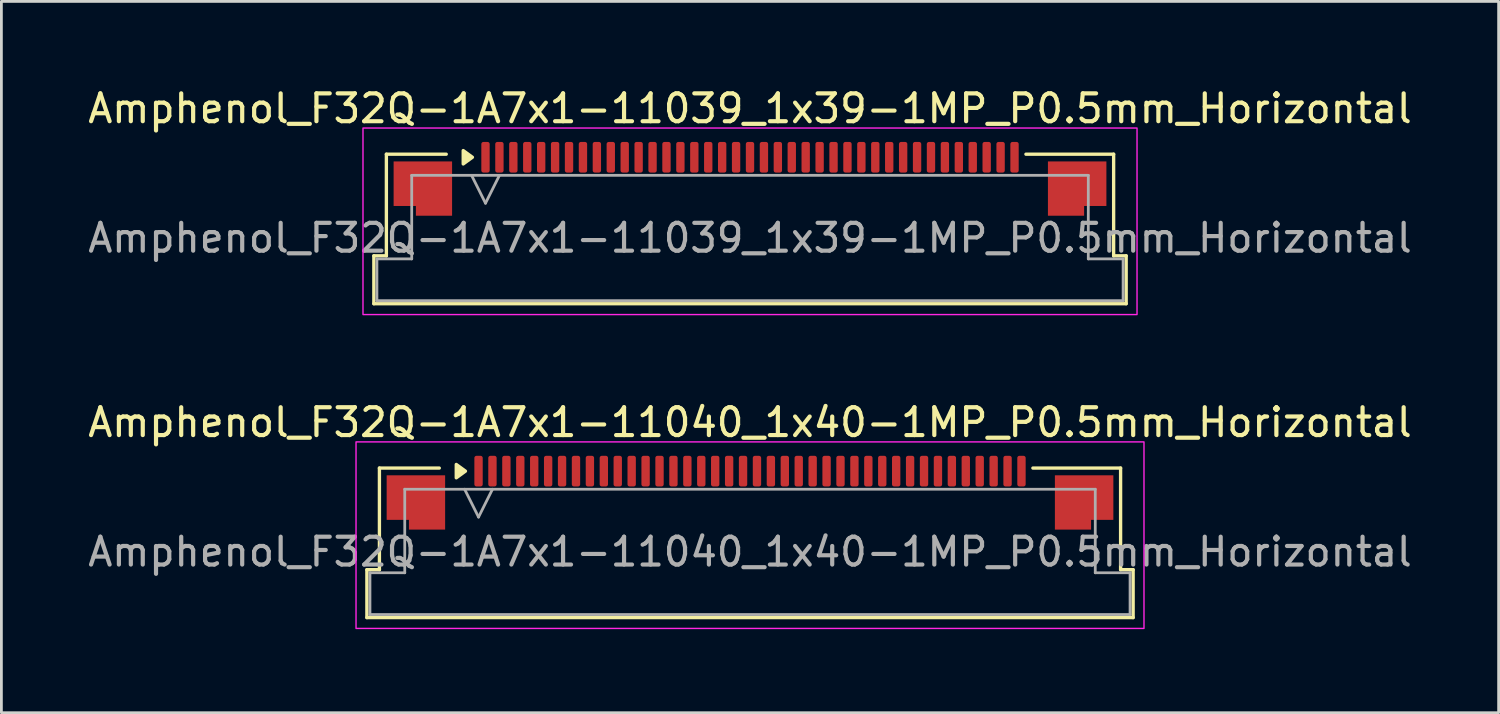
<source format=kicad_pcb>
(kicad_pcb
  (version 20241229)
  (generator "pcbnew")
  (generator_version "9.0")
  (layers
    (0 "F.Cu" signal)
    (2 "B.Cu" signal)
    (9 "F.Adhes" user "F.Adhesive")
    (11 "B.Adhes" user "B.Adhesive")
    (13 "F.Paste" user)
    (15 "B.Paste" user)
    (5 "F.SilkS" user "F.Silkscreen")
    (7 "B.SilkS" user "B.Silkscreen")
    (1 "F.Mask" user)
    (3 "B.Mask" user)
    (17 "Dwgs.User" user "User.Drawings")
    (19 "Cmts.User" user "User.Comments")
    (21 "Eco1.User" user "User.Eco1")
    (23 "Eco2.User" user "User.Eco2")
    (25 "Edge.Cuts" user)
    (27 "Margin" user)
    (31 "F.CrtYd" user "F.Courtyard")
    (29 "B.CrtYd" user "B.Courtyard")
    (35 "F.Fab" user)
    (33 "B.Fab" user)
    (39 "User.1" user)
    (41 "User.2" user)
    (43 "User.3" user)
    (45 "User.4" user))
  (footprint "Amphenol_F32Q-1A7x1-11039_1x39-1MP_P0.5mm_Horizontal"
    (layer "F.Cu")
    (at 23.887 5.498)
    (property "Reference" "Amphenol_F32Q-1A7x1-11039_1x39-1MP_P0.5mm_Horizontal" (at 0 -4.65 0) (layer "F.SilkS") (effects (font (size 1 1) (thickness 0.15))))
    (attr smd)
    (fp_line (start -13.51 0.64) (end -13.06 0.64) (stroke (width 0.12) (type solid)) (layer "F.SilkS"))
    (fp_line (start -13.51 2.36) (end -13.51 0.64) (stroke (width 0.12) (type solid)) (layer "F.SilkS"))
    (fp_line (start -13.06 -3.01) (end -10.91 -3.01) (stroke (width 0.12) (type solid)) (layer "F.SilkS"))
    (fp_line (start -13.06 0.64) (end -13.06 -3.01) (stroke (width 0.12) (type solid)) (layer "F.SilkS"))
    (fp_line (start 9.91 -3.01) (end 13.06 -3.01) (stroke (width 0.12) (type solid)) (layer "F.SilkS"))
    (fp_line (start 13.06 -3.01) (end 13.06 0.64) (stroke (width 0.12) (type solid)) (layer "F.SilkS"))
    (fp_line (start 13.06 0.64) (end 13.51 0.64) (stroke (width 0.12) (type solid)) (layer "F.SilkS"))
    (fp_line (start 13.51 0.64) (end 13.51 2.36) (stroke (width 0.12) (type solid)) (layer "F.SilkS"))
    (fp_line (start 13.51 2.36) (end -13.51 2.36) (stroke (width 0.12) (type solid)) (layer "F.SilkS"))
    (fp_poly (pts (xy -9.97 -2.9) (xy -10.3 -2.66) (xy -10.3 -3.14)) (stroke (width 0.12) (type solid)) (fill yes) (layer "F.SilkS"))
    (fp_rect (start -13.9 -3.95) (end 13.9 2.75) (stroke (width 0.05) (type solid)) (fill no) (layer "F.CrtYd"))
    (fp_line (start -13.4 0.75) (end -12.15 0.75) (stroke (width 0.1) (type solid)) (layer "F.Fab"))
    (fp_line (start -13.4 2.25) (end -13.4 0.75) (stroke (width 0.1) (type solid)) (layer "F.Fab"))
    (fp_line (start -12.15 -2.25) (end 12.15 -2.25) (stroke (width 0.1) (type solid)) (layer "F.Fab"))
    (fp_line (start -12.15 0.75) (end -12.15 -2.25) (stroke (width 0.1) (type solid)) (layer "F.Fab"))
    (fp_line (start -10 -2.25) (end -9.5 -1.25) (stroke (width 0.1) (type solid)) (layer "F.Fab"))
    (fp_line (start -9.5 -1.25) (end -9 -2.25) (stroke (width 0.1) (type solid)) (layer "F.Fab"))
    (fp_line (start 12.15 -2.25) (end 12.15 0.75) (stroke (width 0.1) (type solid)) (layer "F.Fab"))
    (fp_line (start 12.15 0.75) (end 13.4 0.75) (stroke (width 0.1) (type solid)) (layer "F.Fab"))
    (fp_line (start 13.4 0.75) (end 13.4 2.25) (stroke (width 0.1) (type solid)) (layer "F.Fab"))
    (fp_line (start 13.4 2.25) (end -13.4 2.25) (stroke (width 0.1) (type solid)) (layer "F.Fab"))
    (fp_text user "${REFERENCE}" (at 0 0 0) (layer "F.Fab") (effects (font (size 1 1) (thickness 0.15))))
    (pad "1" smd roundrect (at -9.5 -2.9) (size 0.3 1.1) (layers "F.Cu" "F.Mask" "F.Paste") (roundrect_rratio 0.25))
    (pad "2" smd roundrect (at -9 -2.9) (size 0.3 1.1) (layers "F.Cu" "F.Mask" "F.Paste") (roundrect_rratio 0.25))
    (pad "3" smd roundrect (at -8.5 -2.9) (size 0.3 1.1) (layers "F.Cu" "F.Mask" "F.Paste") (roundrect_rratio 0.25))
    (pad "4" smd roundrect (at -8 -2.9) (size 0.3 1.1) (layers "F.Cu" "F.Mask" "F.Paste") (roundrect_rratio 0.25))
    (pad "5" smd roundrect (at -7.5 -2.9) (size 0.3 1.1) (layers "F.Cu" "F.Mask" "F.Paste") (roundrect_rratio 0.25))
    (pad "6" smd roundrect (at -7 -2.9) (size 0.3 1.1) (layers "F.Cu" "F.Mask" "F.Paste") (roundrect_rratio 0.25))
    (pad "7" smd roundrect (at -6.5 -2.9) (size 0.3 1.1) (layers "F.Cu" "F.Mask" "F.Paste") (roundrect_rratio 0.25))
    (pad "8" smd roundrect (at -6 -2.9) (size 0.3 1.1) (layers "F.Cu" "F.Mask" "F.Paste") (roundrect_rratio 0.25))
    (pad "9" smd roundrect (at -5.5 -2.9) (size 0.3 1.1) (layers "F.Cu" "F.Mask" "F.Paste") (roundrect_rratio 0.25))
    (pad "10" smd roundrect (at -5 -2.9) (size 0.3 1.1) (layers "F.Cu" "F.Mask" "F.Paste") (roundrect_rratio 0.25))
    (pad "11" smd roundrect (at -4.5 -2.9) (size 0.3 1.1) (layers "F.Cu" "F.Mask" "F.Paste") (roundrect_rratio 0.25))
    (pad "12" smd roundrect (at -4 -2.9) (size 0.3 1.1) (layers "F.Cu" "F.Mask" "F.Paste") (roundrect_rratio 0.25))
    (pad "13" smd roundrect (at -3.5 -2.9) (size 0.3 1.1) (layers "F.Cu" "F.Mask" "F.Paste") (roundrect_rratio 0.25))
    (pad "14" smd roundrect (at -3 -2.9) (size 0.3 1.1) (layers "F.Cu" "F.Mask" "F.Paste") (roundrect_rratio 0.25))
    (pad "15" smd roundrect (at -2.5 -2.9) (size 0.3 1.1) (layers "F.Cu" "F.Mask" "F.Paste") (roundrect_rratio 0.25))
    (pad "16" smd roundrect (at -2 -2.9) (size 0.3 1.1) (layers "F.Cu" "F.Mask" "F.Paste") (roundrect_rratio 0.25))
    (pad "17" smd roundrect (at -1.5 -2.9) (size 0.3 1.1) (layers "F.Cu" "F.Mask" "F.Paste") (roundrect_rratio 0.25))
    (pad "18" smd roundrect (at -1 -2.9) (size 0.3 1.1) (layers "F.Cu" "F.Mask" "F.Paste") (roundrect_rratio 0.25))
    (pad "19" smd roundrect (at -0.5 -2.9) (size 0.3 1.1) (layers "F.Cu" "F.Mask" "F.Paste") (roundrect_rratio 0.25))
    (pad "20" smd roundrect (at 0 -2.9) (size 0.3 1.1) (layers "F.Cu" "F.Mask" "F.Paste") (roundrect_rratio 0.25))
    (pad "21" smd roundrect (at 0.5 -2.9) (size 0.3 1.1) (layers "F.Cu" "F.Mask" "F.Paste") (roundrect_rratio 0.25))
    (pad "22" smd roundrect (at 1 -2.9) (size 0.3 1.1) (layers "F.Cu" "F.Mask" "F.Paste") (roundrect_rratio 0.25))
    (pad "23" smd roundrect (at 1.5 -2.9) (size 0.3 1.1) (layers "F.Cu" "F.Mask" "F.Paste") (roundrect_rratio 0.25))
    (pad "24" smd roundrect (at 2 -2.9) (size 0.3 1.1) (layers "F.Cu" "F.Mask" "F.Paste") (roundrect_rratio 0.25))
    (pad "25" smd roundrect (at 2.5 -2.9) (size 0.3 1.1) (layers "F.Cu" "F.Mask" "F.Paste") (roundrect_rratio 0.25))
    (pad "26" smd roundrect (at 3 -2.9) (size 0.3 1.1) (layers "F.Cu" "F.Mask" "F.Paste") (roundrect_rratio 0.25))
    (pad "27" smd roundrect (at 3.5 -2.9) (size 0.3 1.1) (layers "F.Cu" "F.Mask" "F.Paste") (roundrect_rratio 0.25))
    (pad "28" smd roundrect (at 4 -2.9) (size 0.3 1.1) (layers "F.Cu" "F.Mask" "F.Paste") (roundrect_rratio 0.25))
    (pad "29" smd roundrect (at 4.5 -2.9) (size 0.3 1.1) (layers "F.Cu" "F.Mask" "F.Paste") (roundrect_rratio 0.25))
    (pad "30" smd roundrect (at 5 -2.9) (size 0.3 1.1) (layers "F.Cu" "F.Mask" "F.Paste") (roundrect_rratio 0.25))
    (pad "31" smd roundrect (at 5.5 -2.9) (size 0.3 1.1) (layers "F.Cu" "F.Mask" "F.Paste") (roundrect_rratio 0.25))
    (pad "32" smd roundrect (at 6 -2.9) (size 0.3 1.1) (layers "F.Cu" "F.Mask" "F.Paste") (roundrect_rratio 0.25))
    (pad "33" smd roundrect (at 6.5 -2.9) (size 0.3 1.1) (layers "F.Cu" "F.Mask" "F.Paste") (roundrect_rratio 0.25))
    (pad "34" smd roundrect (at 7 -2.9) (size 0.3 1.1) (layers "F.Cu" "F.Mask" "F.Paste") (roundrect_rratio 0.25))
    (pad "35" smd roundrect (at 7.5 -2.9) (size 0.3 1.1) (layers "F.Cu" "F.Mask" "F.Paste") (roundrect_rratio 0.25))
    (pad "36" smd roundrect (at 8 -2.9) (size 0.3 1.1) (layers "F.Cu" "F.Mask" "F.Paste") (roundrect_rratio 0.25))
    (pad "37" smd roundrect (at 8.5 -2.9) (size 0.3 1.1) (layers "F.Cu" "F.Mask" "F.Paste") (roundrect_rratio 0.25))
    (pad "38" smd roundrect (at 9 -2.9) (size 0.3 1.1) (layers "F.Cu" "F.Mask" "F.Paste") (roundrect_rratio 0.25))
    (pad "39" smd roundrect (at 9.5 -2.9) (size 0.3 1.1) (layers "F.Cu" "F.Mask" "F.Paste") (roundrect_rratio 0.25))
    (pad "MP" smd custom (at -11.75 -1.775) (size 1 1) (layers "F.Cu" "F.Mask" "F.Paste") (options (anchor circle)) (primitives (gr_poly (pts (xy 1.05 -0.975) (xy 1.05 0.975) (xy -0.25 0.975) (xy -0.25 0.625) (xy -1.05 0.625) (xy -1.05 -0.975)) (width 0) (fill yes))))
    (pad "MP" smd custom (at 11.75 -1.775) (size 1 1) (layers "F.Cu" "F.Mask" "F.Paste") (options (anchor circle)) (primitives (gr_poly (pts (xy -1.05 -0.975) (xy -1.05 0.975) (xy 0.25 0.975) (xy 0.25 0.625) (xy 1.05 0.625) (xy 1.05 -0.975)) (width 0) (fill yes)))))
  (footprint "Amphenol_F32Q-1A7x1-11040_1x40-1MP_P0.5mm_Horizontal"
    (layer "F.Cu")
    (at 23.887 16.771)
    (property "Reference" "Amphenol_F32Q-1A7x1-11040_1x40-1MP_P0.5mm_Horizontal" (at 0 -4.65 0) (layer "F.SilkS") (effects (font (size 1 1) (thickness 0.15))))
    (attr smd)
    (fp_line (start -13.76 0.64) (end -13.31 0.64) (stroke (width 0.12) (type solid)) (layer "F.SilkS"))
    (fp_line (start -13.76 2.36) (end -13.76 0.64) (stroke (width 0.12) (type solid)) (layer "F.SilkS"))
    (fp_line (start -13.31 -3.01) (end -11.16 -3.01) (stroke (width 0.12) (type solid)) (layer "F.SilkS"))
    (fp_line (start -13.31 0.64) (end -13.31 -3.01) (stroke (width 0.12) (type solid)) (layer "F.SilkS"))
    (fp_line (start 10.16 -3.01) (end 13.31 -3.01) (stroke (width 0.12) (type solid)) (layer "F.SilkS"))
    (fp_line (start 13.31 -3.01) (end 13.31 0.64) (stroke (width 0.12) (type solid)) (layer "F.SilkS"))
    (fp_line (start 13.31 0.64) (end 13.76 0.64) (stroke (width 0.12) (type solid)) (layer "F.SilkS"))
    (fp_line (start 13.76 0.64) (end 13.76 2.36) (stroke (width 0.12) (type solid)) (layer "F.SilkS"))
    (fp_line (start 13.76 2.36) (end -13.76 2.36) (stroke (width 0.12) (type solid)) (layer "F.SilkS"))
    (fp_poly (pts (xy -10.22 -2.9) (xy -10.55 -2.66) (xy -10.55 -3.14)) (stroke (width 0.12) (type solid)) (fill yes) (layer "F.SilkS"))
    (fp_rect (start -14.15 -3.95) (end 14.15 2.75) (stroke (width 0.05) (type solid)) (fill no) (layer "F.CrtYd"))
    (fp_line (start -13.65 0.75) (end -12.4 0.75) (stroke (width 0.1) (type solid)) (layer "F.Fab"))
    (fp_line (start -13.65 2.25) (end -13.65 0.75) (stroke (width 0.1) (type solid)) (layer "F.Fab"))
    (fp_line (start -12.4 -2.25) (end 12.4 -2.25) (stroke (width 0.1) (type solid)) (layer "F.Fab"))
    (fp_line (start -12.4 0.75) (end -12.4 -2.25) (stroke (width 0.1) (type solid)) (layer "F.Fab"))
    (fp_line (start -10.25 -2.25) (end -9.75 -1.25) (stroke (width 0.1) (type solid)) (layer "F.Fab"))
    (fp_line (start -9.75 -1.25) (end -9.25 -2.25) (stroke (width 0.1) (type solid)) (layer "F.Fab"))
    (fp_line (start 12.4 -2.25) (end 12.4 0.75) (stroke (width 0.1) (type solid)) (layer "F.Fab"))
    (fp_line (start 12.4 0.75) (end 13.65 0.75) (stroke (width 0.1) (type solid)) (layer "F.Fab"))
    (fp_line (start 13.65 0.75) (end 13.65 2.25) (stroke (width 0.1) (type solid)) (layer "F.Fab"))
    (fp_line (start 13.65 2.25) (end -13.65 2.25) (stroke (width 0.1) (type solid)) (layer "F.Fab"))
    (fp_text user "${REFERENCE}" (at 0 0 0) (layer "F.Fab") (effects (font (size 1 1) (thickness 0.15))))
    (pad "1" smd roundrect (at -9.75 -2.9) (size 0.3 1.1) (layers "F.Cu" "F.Mask" "F.Paste") (roundrect_rratio 0.25))
    (pad "2" smd roundrect (at -9.25 -2.9) (size 0.3 1.1) (layers "F.Cu" "F.Mask" "F.Paste") (roundrect_rratio 0.25))
    (pad "3" smd roundrect (at -8.75 -2.9) (size 0.3 1.1) (layers "F.Cu" "F.Mask" "F.Paste") (roundrect_rratio 0.25))
    (pad "4" smd roundrect (at -8.25 -2.9) (size 0.3 1.1) (layers "F.Cu" "F.Mask" "F.Paste") (roundrect_rratio 0.25))
    (pad "5" smd roundrect (at -7.75 -2.9) (size 0.3 1.1) (layers "F.Cu" "F.Mask" "F.Paste") (roundrect_rratio 0.25))
    (pad "6" smd roundrect (at -7.25 -2.9) (size 0.3 1.1) (layers "F.Cu" "F.Mask" "F.Paste") (roundrect_rratio 0.25))
    (pad "7" smd roundrect (at -6.75 -2.9) (size 0.3 1.1) (layers "F.Cu" "F.Mask" "F.Paste") (roundrect_rratio 0.25))
    (pad "8" smd roundrect (at -6.25 -2.9) (size 0.3 1.1) (layers "F.Cu" "F.Mask" "F.Paste") (roundrect_rratio 0.25))
    (pad "9" smd roundrect (at -5.75 -2.9) (size 0.3 1.1) (layers "F.Cu" "F.Mask" "F.Paste") (roundrect_rratio 0.25))
    (pad "10" smd roundrect (at -5.25 -2.9) (size 0.3 1.1) (layers "F.Cu" "F.Mask" "F.Paste") (roundrect_rratio 0.25))
    (pad "11" smd roundrect (at -4.75 -2.9) (size 0.3 1.1) (layers "F.Cu" "F.Mask" "F.Paste") (roundrect_rratio 0.25))
    (pad "12" smd roundrect (at -4.25 -2.9) (size 0.3 1.1) (layers "F.Cu" "F.Mask" "F.Paste") (roundrect_rratio 0.25))
    (pad "13" smd roundrect (at -3.75 -2.9) (size 0.3 1.1) (layers "F.Cu" "F.Mask" "F.Paste") (roundrect_rratio 0.25))
    (pad "14" smd roundrect (at -3.25 -2.9) (size 0.3 1.1) (layers "F.Cu" "F.Mask" "F.Paste") (roundrect_rratio 0.25))
    (pad "15" smd roundrect (at -2.75 -2.9) (size 0.3 1.1) (layers "F.Cu" "F.Mask" "F.Paste") (roundrect_rratio 0.25))
    (pad "16" smd roundrect (at -2.25 -2.9) (size 0.3 1.1) (layers "F.Cu" "F.Mask" "F.Paste") (roundrect_rratio 0.25))
    (pad "17" smd roundrect (at -1.75 -2.9) (size 0.3 1.1) (layers "F.Cu" "F.Mask" "F.Paste") (roundrect_rratio 0.25))
    (pad "18" smd roundrect (at -1.25 -2.9) (size 0.3 1.1) (layers "F.Cu" "F.Mask" "F.Paste") (roundrect_rratio 0.25))
    (pad "19" smd roundrect (at -0.75 -2.9) (size 0.3 1.1) (layers "F.Cu" "F.Mask" "F.Paste") (roundrect_rratio 0.25))
    (pad "20" smd roundrect (at -0.25 -2.9) (size 0.3 1.1) (layers "F.Cu" "F.Mask" "F.Paste") (roundrect_rratio 0.25))
    (pad "21" smd roundrect (at 0.25 -2.9) (size 0.3 1.1) (layers "F.Cu" "F.Mask" "F.Paste") (roundrect_rratio 0.25))
    (pad "22" smd roundrect (at 0.75 -2.9) (size 0.3 1.1) (layers "F.Cu" "F.Mask" "F.Paste") (roundrect_rratio 0.25))
    (pad "23" smd roundrect (at 1.25 -2.9) (size 0.3 1.1) (layers "F.Cu" "F.Mask" "F.Paste") (roundrect_rratio 0.25))
    (pad "24" smd roundrect (at 1.75 -2.9) (size 0.3 1.1) (layers "F.Cu" "F.Mask" "F.Paste") (roundrect_rratio 0.25))
    (pad "25" smd roundrect (at 2.25 -2.9) (size 0.3 1.1) (layers "F.Cu" "F.Mask" "F.Paste") (roundrect_rratio 0.25))
    (pad "26" smd roundrect (at 2.75 -2.9) (size 0.3 1.1) (layers "F.Cu" "F.Mask" "F.Paste") (roundrect_rratio 0.25))
    (pad "27" smd roundrect (at 3.25 -2.9) (size 0.3 1.1) (layers "F.Cu" "F.Mask" "F.Paste") (roundrect_rratio 0.25))
    (pad "28" smd roundrect (at 3.75 -2.9) (size 0.3 1.1) (layers "F.Cu" "F.Mask" "F.Paste") (roundrect_rratio 0.25))
    (pad "29" smd roundrect (at 4.25 -2.9) (size 0.3 1.1) (layers "F.Cu" "F.Mask" "F.Paste") (roundrect_rratio 0.25))
    (pad "30" smd roundrect (at 4.75 -2.9) (size 0.3 1.1) (layers "F.Cu" "F.Mask" "F.Paste") (roundrect_rratio 0.25))
    (pad "31" smd roundrect (at 5.25 -2.9) (size 0.3 1.1) (layers "F.Cu" "F.Mask" "F.Paste") (roundrect_rratio 0.25))
    (pad "32" smd roundrect (at 5.75 -2.9) (size 0.3 1.1) (layers "F.Cu" "F.Mask" "F.Paste") (roundrect_rratio 0.25))
    (pad "33" smd roundrect (at 6.25 -2.9) (size 0.3 1.1) (layers "F.Cu" "F.Mask" "F.Paste") (roundrect_rratio 0.25))
    (pad "34" smd roundrect (at 6.75 -2.9) (size 0.3 1.1) (layers "F.Cu" "F.Mask" "F.Paste") (roundrect_rratio 0.25))
    (pad "35" smd roundrect (at 7.25 -2.9) (size 0.3 1.1) (layers "F.Cu" "F.Mask" "F.Paste") (roundrect_rratio 0.25))
    (pad "36" smd roundrect (at 7.75 -2.9) (size 0.3 1.1) (layers "F.Cu" "F.Mask" "F.Paste") (roundrect_rratio 0.25))
    (pad "37" smd roundrect (at 8.25 -2.9) (size 0.3 1.1) (layers "F.Cu" "F.Mask" "F.Paste") (roundrect_rratio 0.25))
    (pad "38" smd roundrect (at 8.75 -2.9) (size 0.3 1.1) (layers "F.Cu" "F.Mask" "F.Paste") (roundrect_rratio 0.25))
    (pad "39" smd roundrect (at 9.25 -2.9) (size 0.3 1.1) (layers "F.Cu" "F.Mask" "F.Paste") (roundrect_rratio 0.25))
    (pad "40" smd roundrect (at 9.75 -2.9) (size 0.3 1.1) (layers "F.Cu" "F.Mask" "F.Paste") (roundrect_rratio 0.25))
    (pad "MP" smd custom (at -12 -1.775) (size 1 1) (layers "F.Cu" "F.Mask" "F.Paste") (options (anchor circle)) (primitives (gr_poly (pts (xy 1.05 -0.975) (xy 1.05 0.975) (xy -0.25 0.975) (xy -0.25 0.625) (xy -1.05 0.625) (xy -1.05 -0.975)) (width 0) (fill yes))))
    (pad "MP" smd custom (at 12 -1.775) (size 1 1) (layers "F.Cu" "F.Mask" "F.Paste") (options (anchor circle)) (primitives (gr_poly (pts (xy -1.05 -0.975) (xy -1.05 0.975) (xy 0.25 0.975) (xy 0.25 0.625) (xy 1.05 0.625) (xy 1.05 -0.975)) (width 0) (fill yes)))))
  (gr_rect
    (start -3 -3)
    (end 50.774 22.547)
    (stroke (width 0.1) (type default))
    (fill no)
    (layer "Edge.Cuts")))
</source>
